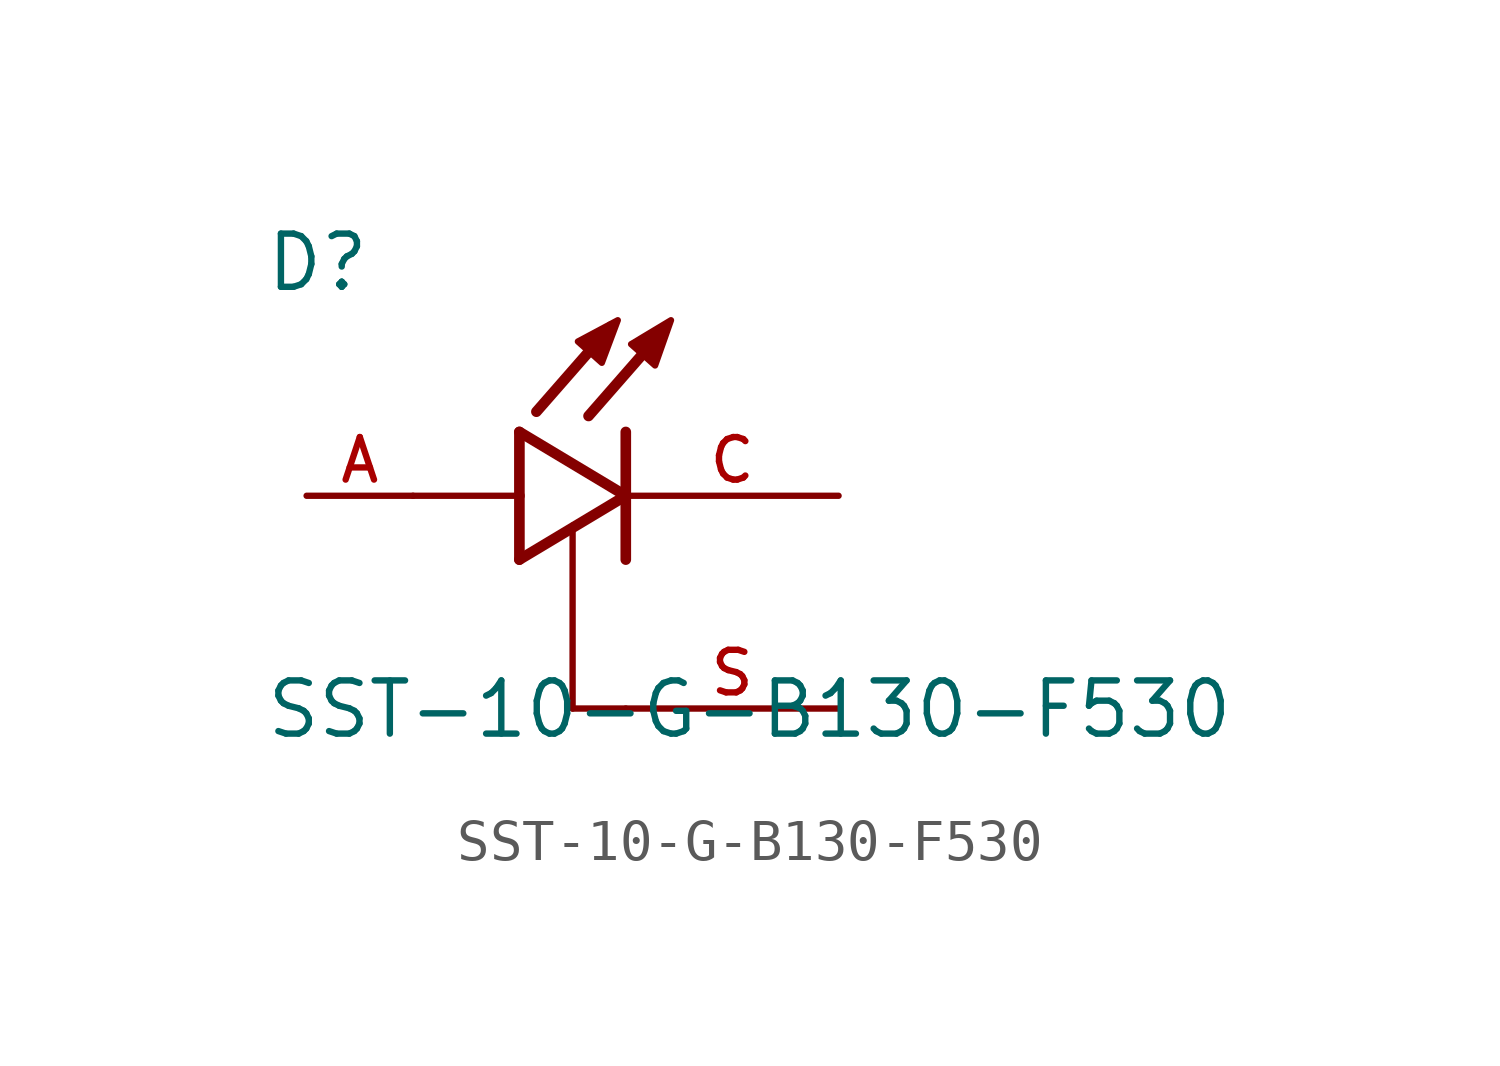
<source format=kicad_sym>
(kicad_symbol_lib
  (version 20231120)
  (generator "kicad_symbol_editor")
  (generator_version "8.0")
  (symbol "SST-10-G-B130-F530"
    (pin_names
      (offset 1.016))
    (property "Reference" "D"
      (at -8.636 4.826 0)
      (effects (font (size 1.27 1.27)) (justify left bottom)))
    (property "Value" "SST-10-G-B130-F530"
      (at -8.636 -5.842 0)
      (effects (font (size 1.27 1.27)) (justify left bottom)))
    (symbol "SST-10-G-B130-F530_0_0"
      (polyline (pts (xy -2.54 -1.524) (xy 0 0)) (stroke (width 0.254) (type default)) (fill (type none)))
      (polyline (pts (xy -2.54 0) (xy -5.08 0)) (stroke (width 0.152) (type default)) (fill (type none)))
      (polyline (pts (xy -2.54 0) (xy -2.54 -1.524)) (stroke (width 0.254) (type default)) (fill (type none)))
      (polyline (pts (xy -2.54 1.524) (xy -2.54 0)) (stroke (width 0.254) (type default)) (fill (type none)))
      (polyline (pts (xy -1.27 -5.08) (xy -1.27 -0.711)) (stroke (width 0.152) (type default)) (fill (type none)))
      (polyline (pts (xy -0.356 4.039) (xy -2.134 2.007)) (stroke (width 0.254) (type default)) (fill (type none)))
      (polyline (pts (xy 0 -5.08) (xy -1.27 -5.08)) (stroke (width 0.152) (type default)) (fill (type none)))
      (polyline (pts (xy 0 0) (xy -2.54 1.524)) (stroke (width 0.254) (type default)) (fill (type none)))
      (polyline (pts (xy 0 1.524) (xy 0 -1.524)) (stroke (width 0.254) (type default)) (fill (type none)))
      (polyline (pts (xy 0.889 3.937) (xy -0.889 1.905)) (stroke (width 0.254) (type default)) (fill (type none)))
      (polyline (pts (xy -1.143 3.683) (xy -0.572 3.175) (xy -0.191 4.191) (xy -1.143 3.683)) (stroke (width 0.152) (type default)) (fill (type outline)))
      (polyline (pts (xy 0.127 3.619) (xy 0.699 3.111) (xy 1.079 4.191) (xy 0.127 3.619)) (stroke (width 0.152) (type default)) (fill (type outline)))
      (pin passive line (at -7.62 0 0) (length 2.54) (name "~" (effects (font (size 1.016 1.016)))) (number "A" (effects (font (size 1.016 1.016)))))
      (pin passive line (at 5.08 0 180) (length 5.08) (name "~" (effects (font (size 1.016 1.016)))) (number "C" (effects (font (size 1.016 1.016)))))
      (pin passive line (at 5.08 -5.08 180) (length 5.08) (name "~" (effects (font (size 1.016 1.016)))) (number "S" (effects (font (size 1.016 1.016))))))))
</source>
